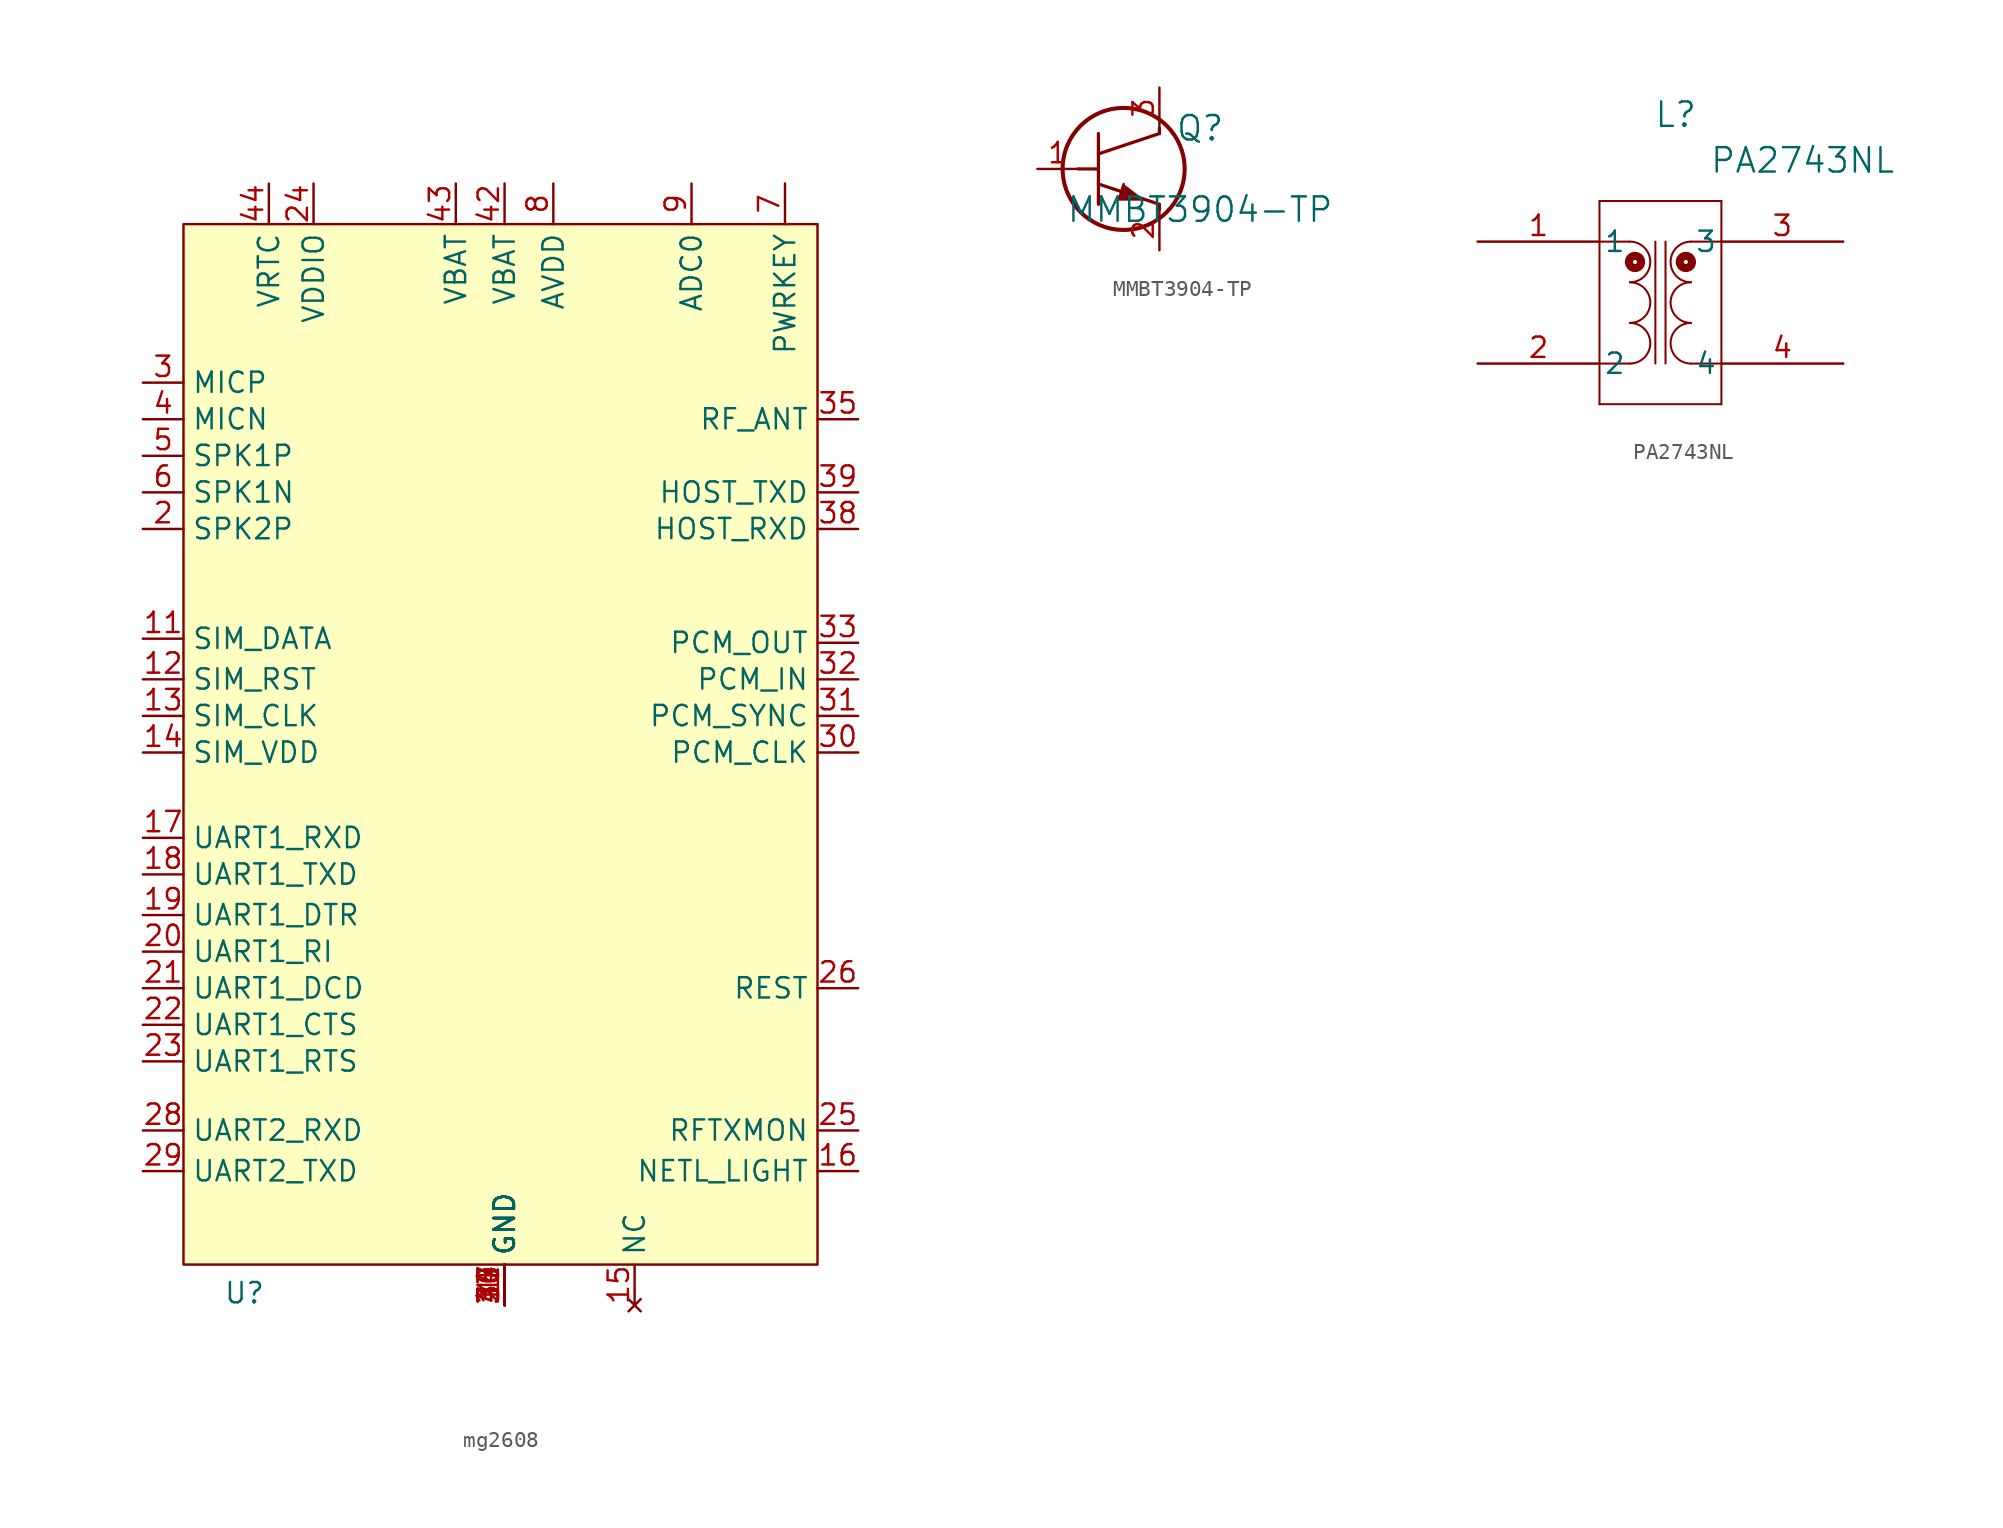
<source format=kicad_sym>
(kicad_symbol_lib
  (version 20220914)
  (generator kicad_symbol_editor)
  (symbol "mg2608"
    (property "Reference" "U"
      (at -16.256 -33.782 0)
      (effects (font (size 1.27 1.27))))
    (property "Value" ""
      (at -19.939 -7.747 90)
      (effects (font (size 1.27 1.27))))
    (symbol "mg2608_1_1"
      (rectangle (start -20.066 33.02) (end 19.558 -32.004) (stroke (width 0) (type default)) (fill (type background)))
      (pin input line (at 0 -34.544 90) (length 2.54) (name "GND" (effects (font (size 1.27 1.27)))) (number "1" (effects (font (size 1.27 1.27)))))
      (pin input line (at 0 -34.544 90) (length 2.54) (name "GND" (effects (font (size 1.27 1.27)))) (number "10" (effects (font (size 1.27 1.27)))))
      (pin bidirectional line (at -22.606 7.112 0) (length 2.54) (name "SIM_DATA" (effects (font (size 1.27 1.27)))) (number "11" (effects (font (size 1.27 1.27)))))
      (pin output line (at -22.606 4.572 0) (length 2.54) (name "SIM_RST" (effects (font (size 1.27 1.27)))) (number "12" (effects (font (size 1.27 1.27)))))
      (pin output line (at -22.606 2.286 0) (length 2.54) (name "SIM_CLK" (effects (font (size 1.27 1.27)))) (number "13" (effects (font (size 1.27 1.27)))))
      (pin output line (at -22.606 0 0) (length 2.54) (name "SIM_VDD" (effects (font (size 1.27 1.27)))) (number "14" (effects (font (size 1.27 1.27)))))
      (pin no_connect line (at 8.128 -34.544 90) (length 2.54) (name "NC" (effects (font (size 1.27 1.27)))) (number "15" (effects (font (size 1.27 1.27)))))
      (pin input line (at 22.098 -26.162 180) (length 2.54) (name "NETL_LIGHT" (effects (font (size 1.27 1.27)))) (number "16" (effects (font (size 1.27 1.27)))))
      (pin input line (at -22.606 -5.334 0) (length 2.54) (name "UART1_RXD" (effects (font (size 1.27 1.27)))) (number "17" (effects (font (size 1.27 1.27)))))
      (pin output line (at -22.606 -7.62 0) (length 2.54) (name "UART1_TXD" (effects (font (size 1.27 1.27)))) (number "18" (effects (font (size 1.27 1.27)))))
      (pin input line (at -22.606 -10.16 0) (length 2.54) (name "UART1_DTR" (effects (font (size 1.27 1.27)))) (number "19" (effects (font (size 1.27 1.27)))))
      (pin output line (at -22.606 13.97 0) (length 2.54) (name "SPK2P" (effects (font (size 1.27 1.27)))) (number "2" (effects (font (size 1.27 1.27)))))
      (pin output line (at -22.606 -12.446 0) (length 2.54) (name "UART1_RI" (effects (font (size 1.27 1.27)))) (number "20" (effects (font (size 1.27 1.27)))))
      (pin output line (at -22.606 -14.732 0) (length 2.54) (name "UART1_DCD" (effects (font (size 1.27 1.27)))) (number "21" (effects (font (size 1.27 1.27)))))
      (pin output line (at -22.606 -17.018 0) (length 2.54) (name "UART1_CTS" (effects (font (size 1.27 1.27)))) (number "22" (effects (font (size 1.27 1.27)))))
      (pin input line (at -22.606 -19.304 0) (length 2.54) (name "UART1_RTS" (effects (font (size 1.27 1.27)))) (number "23" (effects (font (size 1.27 1.27)))))
      (pin output line (at -11.938 35.56 270) (length 2.54) (name "VDDIO" (effects (font (size 1.27 1.27)))) (number "24" (effects (font (size 1.27 1.27)))))
      (pin input line (at 22.098 -23.622 180) (length 2.54) (name "RFTXMON" (effects (font (size 1.27 1.27)))) (number "25" (effects (font (size 1.27 1.27)))))
      (pin input line (at 22.098 -14.732 180) (length 2.54) (name "REST" (effects (font (size 1.27 1.27)))) (number "26" (effects (font (size 1.27 1.27)))))
      (pin input line (at 0 -34.544 90) (length 2.54) (name "GND" (effects (font (size 1.27 1.27)))) (number "27" (effects (font (size 1.27 1.27)))))
      (pin input line (at -22.606 -23.622 0) (length 2.54) (name "UART2_RXD" (effects (font (size 1.27 1.27)))) (number "28" (effects (font (size 1.27 1.27)))))
      (pin output line (at -22.606 -26.162 0) (length 2.54) (name "UART2_TXD" (effects (font (size 1.27 1.27)))) (number "29" (effects (font (size 1.27 1.27)))))
      (pin input line (at -22.606 23.114 0) (length 2.54) (name "MICP" (effects (font (size 1.27 1.27)))) (number "3" (effects (font (size 1.27 1.27)))))
      (pin output line (at 22.098 0 180) (length 2.54) (name "PCM_CLK" (effects (font (size 1.27 1.27)))) (number "30" (effects (font (size 1.27 1.27)))))
      (pin output line (at 22.098 2.286 180) (length 2.54) (name "PCM_SYNC" (effects (font (size 1.27 1.27)))) (number "31" (effects (font (size 1.27 1.27)))))
      (pin input line (at 22.098 4.572 180) (length 2.54) (name "PCM_IN" (effects (font (size 1.27 1.27)))) (number "32" (effects (font (size 1.27 1.27)))))
      (pin output line (at 22.098 6.858 180) (length 2.54) (name "PCM_OUT" (effects (font (size 1.27 1.27)))) (number "33" (effects (font (size 1.27 1.27)))))
      (pin input line (at 0 -34.544 90) (length 2.54) (name "GND" (effects (font (size 1.27 1.27)))) (number "34" (effects (font (size 1.27 1.27)))))
      (pin bidirectional line (at 22.098 20.828 180) (length 2.54) (name "RF_ANT" (effects (font (size 1.27 1.27)))) (number "35" (effects (font (size 1.27 1.27)))))
      (pin input line (at 0 -34.544 90) (length 2.54) (name "GND" (effects (font (size 1.27 1.27)))) (number "36" (effects (font (size 1.27 1.27)))))
      (pin input line (at 0 -34.544 90) (length 2.54) (name "GND" (effects (font (size 1.27 1.27)))) (number "37" (effects (font (size 1.27 1.27)))))
      (pin input line (at 22.098 13.97 180) (length 2.54) (name "HOST_RXD" (effects (font (size 1.27 1.27)))) (number "38" (effects (font (size 1.27 1.27)))))
      (pin input line (at 22.098 16.256 180) (length 2.54) (name "HOST_TXD" (effects (font (size 1.27 1.27)))) (number "39" (effects (font (size 1.27 1.27)))))
      (pin input line (at -22.606 20.828 0) (length 2.54) (name "MICN" (effects (font (size 1.27 1.27)))) (number "4" (effects (font (size 1.27 1.27)))))
      (pin input line (at 0 -34.544 90) (length 2.54) (name "GND" (effects (font (size 1.27 1.27)))) (number "40" (effects (font (size 1.27 1.27)))))
      (pin input line (at 0 -34.544 90) (length 2.54) (name "GND" (effects (font (size 1.27 1.27)))) (number "41" (effects (font (size 1.27 1.27)))))
      (pin input line (at 0 35.56 270) (length 2.54) (name "VBAT" (effects (font (size 1.27 1.27)))) (number "42" (effects (font (size 1.27 1.27)))))
      (pin input line (at -3.048 35.56 270) (length 2.54) (name "VBAT" (effects (font (size 1.27 1.27)))) (number "43" (effects (font (size 1.27 1.27)))))
      (pin output line (at -14.732 35.56 270) (length 2.54) (name "VRTC" (effects (font (size 1.27 1.27)))) (number "44" (effects (font (size 1.27 1.27)))))
      (pin output line (at -22.606 18.542 0) (length 2.54) (name "SPK1P" (effects (font (size 1.27 1.27)))) (number "5" (effects (font (size 1.27 1.27)))))
      (pin output line (at -22.606 16.256 0) (length 2.54) (name "SPK1N" (effects (font (size 1.27 1.27)))) (number "6" (effects (font (size 1.27 1.27)))))
      (pin input line (at 17.526 35.56 270) (length 2.54) (name "PWRKEY" (effects (font (size 1.27 1.27)))) (number "7" (effects (font (size 1.27 1.27)))))
      (pin output line (at 3.048 35.56 270) (length 2.54) (name "AVDD" (effects (font (size 1.27 1.27)))) (number "8" (effects (font (size 1.27 1.27)))))
      (pin input line (at 11.684 35.56 270) (length 2.54) (name "ADC0" (effects (font (size 1.27 1.27)))) (number "9" (effects (font (size 1.27 1.27)))))))
  (symbol "MMBT3904-TP"
    (pin_names
      (offset 0.254))
    (property "Reference" "Q"
      (at 10.16 2.54 0)
      (effects (font (size 1.524 1.524))))
    (property "Value" "MMBT3904-TP"
      (at 10.16 -2.54 0)
      (effects (font (size 1.524 1.524))))
    (property "ki_locked" ""
      (at 0 0 0)
      (effects (font (size 1.27 1.27))))
    (symbol "MMBT3904-TP_0_1"
      (polyline (pts (xy 2.54 0) (xy 3.81 0)) (stroke (width 0.203) (type default)) (fill (type none)))
      (polyline (pts (xy 3.81 -2.21) (xy 3.81 2.21)) (stroke (width 0.203) (type default)) (fill (type none)))
      (polyline (pts (xy 3.81 -0.94) (xy 7.62 -2.21)) (stroke (width 0.203) (type default)) (fill (type none)))
      (polyline (pts (xy 3.81 0.94) (xy 7.62 2.21)) (stroke (width 0.203) (type default)) (fill (type none)))
      (polyline (pts (xy 7.62 -2.54) (xy 7.62 -2.21)) (stroke (width 0.203) (type default)) (fill (type none)))
      (polyline (pts (xy 7.62 2.21) (xy 7.62 2.54)) (stroke (width 0.203) (type default)) (fill (type none)))
      (polyline (pts (xy 5.385 -0.94) (xy 5.08 -1.905) (xy 6.655 -1.905)) (stroke (width 0) (type default)) (fill (type outline)))
      (circle (center 5.385 0) (radius 3.81) (stroke (width 0.254) (type default)) (fill (type none)))
      (pin unspecified line (at 0 0 0) (length 2.54) (name "" (effects (font (size 1.27 1.27)))) (number "1" (effects (font (size 1.27 1.27)))))
      (pin unspecified line (at 7.62 -5.08 90) (length 2.54) (name "" (effects (font (size 1.27 1.27)))) (number "2" (effects (font (size 1.27 1.27)))))
      (pin unspecified line (at 7.62 5.08 270) (length 2.54) (name "" (effects (font (size 1.27 1.27)))) (number "3" (effects (font (size 1.27 1.27)))))))
  (symbol "PA2743NL"
    (pin_names
      (offset 0.254))
    (property "Reference" "L"
      (at 12.383 7.938 0)
      (effects (font (size 1.524 1.524))))
    (property "Value" "PA2743NL"
      (at 20.32 5.08 0)
      (effects (font (size 1.524 1.524))))
    (symbol "PA2743NL_0_1"
      (polyline (pts (xy 7.62 -10.16) (xy 15.24 -10.16)) (stroke (width 0.127) (type default)) (fill (type none)))
      (polyline (pts (xy 7.62 -7.62) (xy 9.525 -7.62)) (stroke (width 0.127) (type default)) (fill (type none)))
      (polyline (pts (xy 7.62 0) (xy 9.525 0)) (stroke (width 0.127) (type default)) (fill (type none)))
      (polyline (pts (xy 7.62 2.54) (xy 7.62 -10.16)) (stroke (width 0.127) (type default)) (fill (type none)))
      (polyline (pts (xy 11.113 0) (xy 11.113 -7.62)) (stroke (width 0.127) (type default)) (fill (type none)))
      (polyline (pts (xy 11.748 -7.62) (xy 11.748 0)) (stroke (width 0.127) (type default)) (fill (type none)))
      (polyline (pts (xy 15.24 -10.16) (xy 15.24 2.54)) (stroke (width 0.127) (type default)) (fill (type none)))
      (polyline (pts (xy 15.24 -7.62) (xy 13.335 -7.62)) (stroke (width 0.127) (type default)) (fill (type none)))
      (polyline (pts (xy 15.24 0) (xy 13.335 0)) (stroke (width 0.127) (type default)) (fill (type none)))
      (polyline (pts (xy 15.24 2.54) (xy 7.62 2.54)) (stroke (width 0.127) (type default)) (fill (type none)))
      (arc (start 9.525 -7.62) (mid 10.7895 -6.35) (end 9.525 -5.08) (stroke (width 0.127) (type default)) (fill (type none)))
      (arc (start 9.525 -5.08) (mid 10.7895 -3.81) (end 9.525 -2.54) (stroke (width 0.127) (type default)) (fill (type none)))
      (arc (start 9.525 -2.54) (mid 10.7895 -1.27) (end 9.525 0) (stroke (width 0.127) (type default)) (fill (type none)))
      (circle (center 9.842 -1.27) (radius 0.127) (stroke (width 0.508) (type default)) (fill (type none)))
      (circle (center 13.018 -1.27) (radius 0.127) (stroke (width 0.508) (type default)) (fill (type none)))
      (arc (start 13.335 -5.08) (mid 12.0705 -6.35) (end 13.335 -7.62) (stroke (width 0.127) (type default)) (fill (type none)))
      (arc (start 13.335 -2.54) (mid 12.0705 -3.81) (end 13.335 -5.08) (stroke (width 0.127) (type default)) (fill (type none)))
      (arc (start 13.335 0) (mid 12.0705 -1.27) (end 13.335 -2.54) (stroke (width 0.127) (type default)) (fill (type none)))
      (pin unspecified line (at 0 0 0) (length 7.62) (name "1" (effects (font (size 1.27 1.27)))) (number "1" (effects (font (size 1.27 1.27)))))
      (pin unspecified line (at 0 -7.62 0) (length 7.62) (name "2" (effects (font (size 1.27 1.27)))) (number "2" (effects (font (size 1.27 1.27)))))
      (pin unspecified line (at 22.86 0 180) (length 7.62) (name "3" (effects (font (size 1.27 1.27)))) (number "3" (effects (font (size 1.27 1.27)))))
      (pin unspecified line (at 22.86 -7.62 180) (length 7.62) (name "4" (effects (font (size 1.27 1.27)))) (number "4" (effects (font (size 1.27 1.27))))))))
</source>
